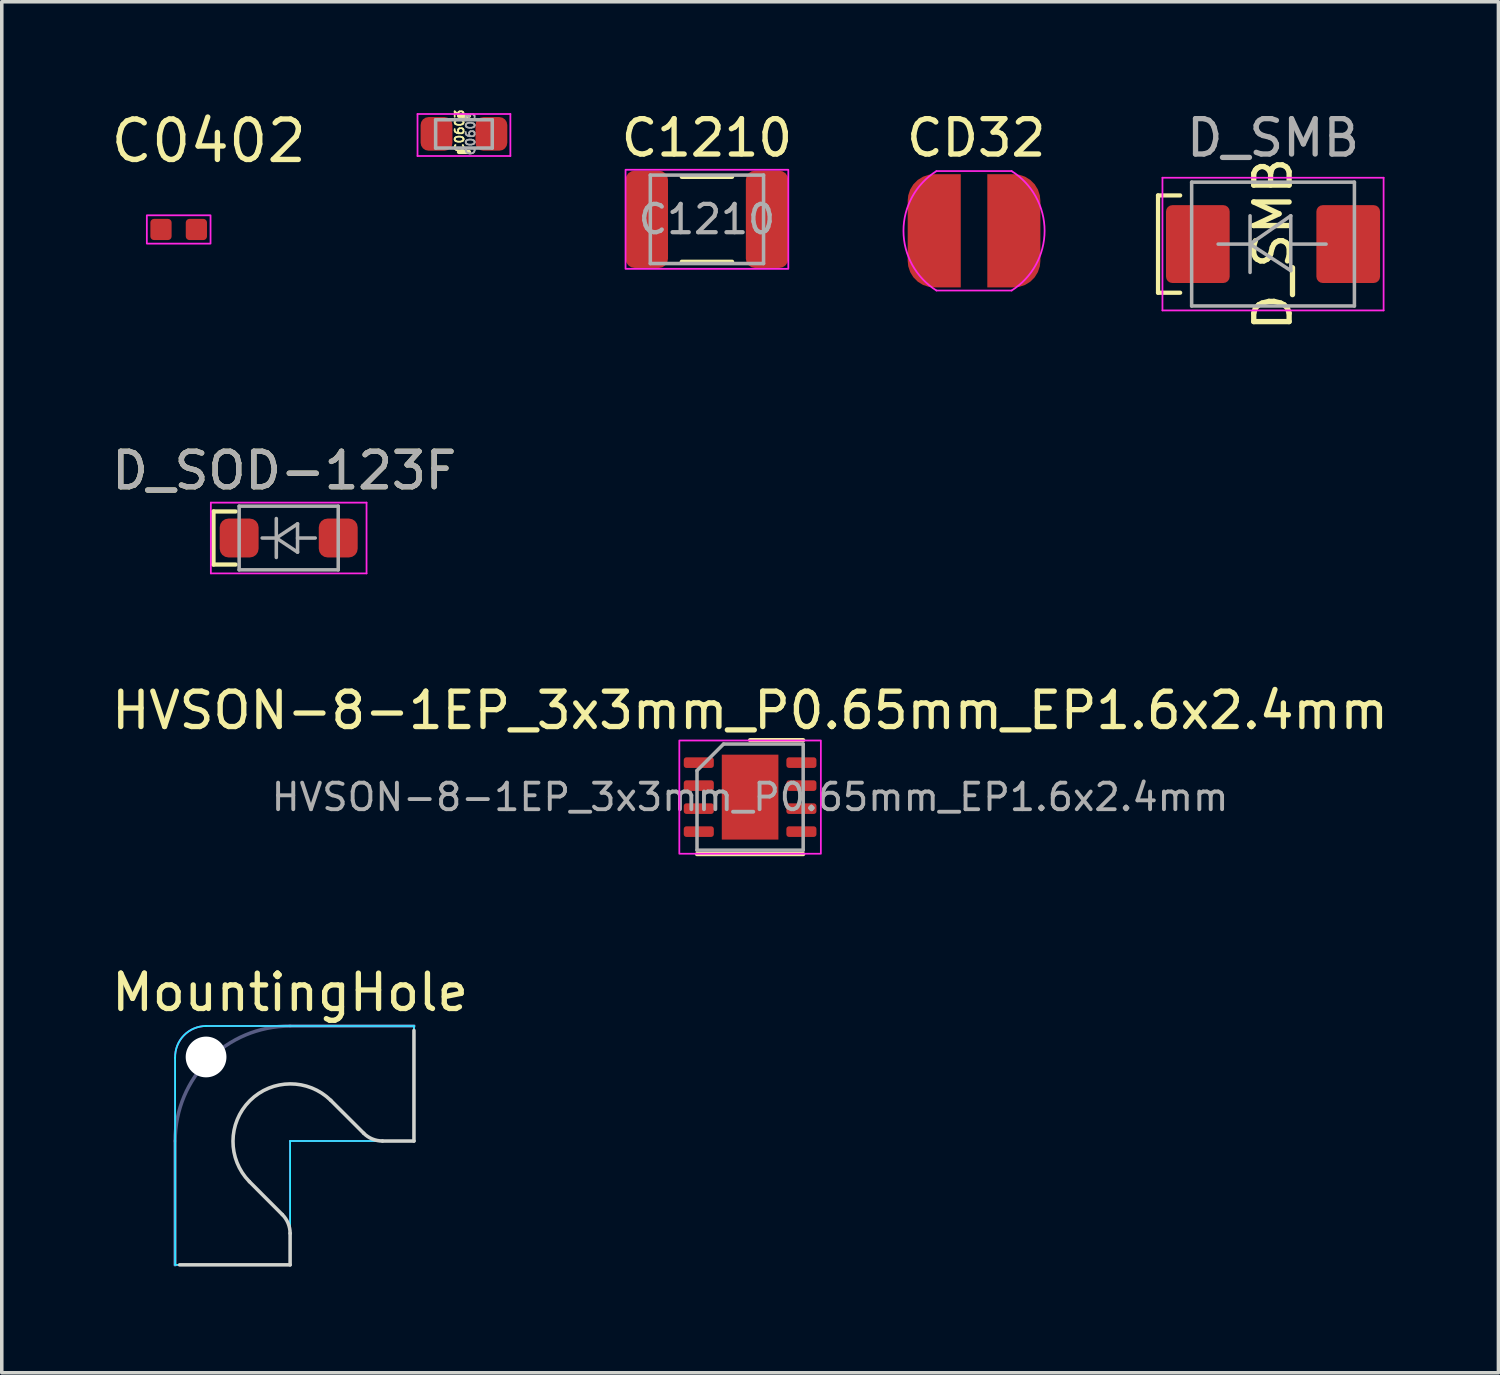
<source format=kicad_pcb>
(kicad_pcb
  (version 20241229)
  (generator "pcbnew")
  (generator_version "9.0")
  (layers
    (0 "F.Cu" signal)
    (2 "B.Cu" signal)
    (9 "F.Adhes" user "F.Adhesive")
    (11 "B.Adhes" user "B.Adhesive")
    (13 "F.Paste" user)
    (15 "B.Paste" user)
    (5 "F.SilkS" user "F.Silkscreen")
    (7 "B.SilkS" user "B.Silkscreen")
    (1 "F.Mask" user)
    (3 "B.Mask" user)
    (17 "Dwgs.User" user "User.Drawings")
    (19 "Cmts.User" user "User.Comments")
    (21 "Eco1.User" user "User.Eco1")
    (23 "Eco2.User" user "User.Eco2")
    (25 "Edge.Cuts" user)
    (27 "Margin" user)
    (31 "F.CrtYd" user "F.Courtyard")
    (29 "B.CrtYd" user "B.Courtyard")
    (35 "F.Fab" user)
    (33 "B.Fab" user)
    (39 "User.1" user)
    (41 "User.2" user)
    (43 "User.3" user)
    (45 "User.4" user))
  (footprint "HVSON-8-1EP_3x3mm_P0.65mm_EP1.6x2.4mm"
    (layer "F.Cu")
    (at 18.149 19.478)
    (property "Reference" "HVSON-8-1EP_3x3mm_P0.65mm_EP1.6x2.4mm" (at 0 -2.45 0) (layer "F.SilkS") (effects (font (size 1 1) (thickness 0.15))))
    (attr smd)
    (fp_line (start -1.5 1.61) (end 1.5 1.61) (stroke (width 0.12) (type solid)) (layer "F.SilkS"))
    (fp_line (start 0 -1.61) (end 1.5 -1.61) (stroke (width 0.12) (type solid)) (layer "F.SilkS"))
    (fp_rect (start -2 -1.6) (end 2 1.6) (stroke (width 0.05) (type default)) (fill no) (layer "F.CrtYd"))
    (fp_line (start -1.5 -0.75) (end -0.75 -1.5) (stroke (width 0.1) (type solid)) (layer "F.Fab"))
    (fp_line (start -1.5 1.5) (end -1.5 -0.75) (stroke (width 0.1) (type solid)) (layer "F.Fab"))
    (fp_line (start -0.75 -1.5) (end 1.5 -1.5) (stroke (width 0.1) (type solid)) (layer "F.Fab"))
    (fp_line (start 1.5 -1.5) (end 1.5 1.5) (stroke (width 0.1) (type solid)) (layer "F.Fab"))
    (fp_line (start 1.5 1.5) (end -1.5 1.5) (stroke (width 0.1) (type solid)) (layer "F.Fab"))
    (fp_text user "${REFERENCE}" (at 0 0 0) (layer "F.Fab") (effects (font (size 0.75 0.75) (thickness 0.11))))
    (pad "" smd roundrect (at -0.4 -0.6) (size 0.64 0.97) (layers "F.Paste") (roundrect_rratio 0.25))
    (pad "" smd roundrect (at -0.4 0.6) (size 0.64 0.97) (layers "F.Paste") (roundrect_rratio 0.25))
    (pad "" smd roundrect (at 0.4 -0.6) (size 0.64 0.97) (layers "F.Paste") (roundrect_rratio 0.25))
    (pad "" smd roundrect (at 0.4 0.6) (size 0.64 0.97) (layers "F.Paste") (roundrect_rratio 0.25))
    (pad "1" smd roundrect (at -1.45 -0.975) (size 0.85 0.3) (layers "F.Cu" "F.Mask" "F.Paste") (roundrect_rratio 0.25))
    (pad "2" smd roundrect (at -1.45 -0.325) (size 0.85 0.3) (layers "F.Cu" "F.Mask" "F.Paste") (roundrect_rratio 0.25))
    (pad "3" smd roundrect (at -1.45 0.325) (size 0.85 0.3) (layers "F.Cu" "F.Mask" "F.Paste") (roundrect_rratio 0.25))
    (pad "4" smd roundrect (at -1.45 0.975) (size 0.85 0.3) (layers "F.Cu" "F.Mask" "F.Paste") (roundrect_rratio 0.25))
    (pad "5" smd roundrect (at 1.45 0.975) (size 0.85 0.3) (layers "F.Cu" "F.Mask" "F.Paste") (roundrect_rratio 0.25))
    (pad "6" smd roundrect (at 1.45 0.325) (size 0.85 0.3) (layers "F.Cu" "F.Mask" "F.Paste") (roundrect_rratio 0.25))
    (pad "7" smd roundrect (at 1.45 -0.325) (size 0.85 0.3) (layers "F.Cu" "F.Mask" "F.Paste") (roundrect_rratio 0.25))
    (pad "8" smd roundrect (at 1.45 -0.975) (size 0.85 0.3) (layers "F.Cu" "F.Mask" "F.Paste") (roundrect_rratio 0.25))
    (pad "9" smd rect (at 0 0) (size 1.6 2.4) (layers "F.Cu" "F.Mask")))
  (footprint "D_SMB"
    (layer "F.Cu")
    (at 32.928 3.848)
    (property "Reference" "D_SMB" (at 0 0 90) (layer "F.SilkS") (effects (font (size 1 1) (thickness 0.15))))
    (attr smd)
    (fp_line (start -3.25 -1.375) (end -2.625 -1.375) (stroke (width 0.12) (type default)) (layer "F.SilkS"))
    (fp_line (start -3.25 1.375) (end -3.25 -1.375) (stroke (width 0.12) (type default)) (layer "F.SilkS"))
    (fp_line (start -3.25 1.375) (end -2.625 1.375) (stroke (width 0.12) (type default)) (layer "F.SilkS"))
    (fp_line (start -3.125 -1.875) (end -3.125 1.875) (stroke (width 0.05) (type solid)) (layer "F.CrtYd"))
    (fp_line (start -3.125 -1.875) (end 3.125 -1.875) (stroke (width 0.05) (type solid)) (layer "F.CrtYd"))
    (fp_line (start 3.125 -1.875) (end 3.125 1.875) (stroke (width 0.05) (type solid)) (layer "F.CrtYd"))
    (fp_line (start 3.125 1.875) (end -3.125 1.875) (stroke (width 0.05) (type solid)) (layer "F.CrtYd"))
    (fp_line (start -2.3 1.75) (end -2.3 -1.75) (stroke (width 0.1) (type solid)) (layer "F.Fab"))
    (fp_line (start -0.649 -0.799) (end -0.649 0.801) (stroke (width 0.1) (type solid)) (layer "F.Fab"))
    (fp_line (start -0.649 0.001) (end -1.551 0.001) (stroke (width 0.1) (type solid)) (layer "F.Fab"))
    (fp_line (start -0.649 0.001) (end 0.501 -0.799) (stroke (width 0.1) (type solid)) (layer "F.Fab"))
    (fp_line (start -0.649 0.001) (end 0.501 0.75) (stroke (width 0.1) (type solid)) (layer "F.Fab"))
    (fp_line (start 0.501 0.001) (end 1.499 0.001) (stroke (width 0.1) (type solid)) (layer "F.Fab"))
    (fp_line (start 0.501 0.75) (end 0.501 -0.799) (stroke (width 0.1) (type solid)) (layer "F.Fab"))
    (fp_line (start 2.3 -1.75) (end -2.3 -1.75) (stroke (width 0.1) (type solid)) (layer "F.Fab"))
    (fp_line (start 2.3 -1.75) (end 2.3 1.75) (stroke (width 0.1) (type solid)) (layer "F.Fab"))
    (fp_line (start 2.3 1.75) (end -2.3 1.75) (stroke (width 0.1) (type solid)) (layer "F.Fab"))
    (fp_text user "${REFERENCE}" (at 0 -3 0) (layer "F.Fab") (effects (font (size 1 1) (thickness 0.15))))
    (pad "1" smd roundrect (at -2.125 0) (size 1.8 2.2) (layers "F.Cu" "F.Mask" "F.Paste") (roundrect_rratio 0.1))
    (pad "2" smd roundrect (at 2.125 0) (size 1.8 2.2) (layers "F.Cu" "F.Mask" "F.Paste") (roundrect_rratio 0.1)))
  (footprint "C0603"
    (layer "F.Cu")
    (at 10.062 0.734)
    (property "Reference" "C0603" (at -0.125 -0.083 90) (unlocked yes) (layer "F.SilkS") (effects (font (size 0.25 0.25) (thickness 0.05) (bold yes))))
    (attr smd)
    (fp_line (start -0.141 -0.51) (end 0.141 -0.51) (stroke (width 0.12) (type solid)) (layer "F.SilkS"))
    (fp_line (start -0.141 0.51) (end 0.141 0.51) (stroke (width 0.12) (type solid)) (layer "F.SilkS"))
    (fp_line (start -1.312 -0.562) (end 1.312 -0.562) (stroke (width 0.05) (type solid)) (layer "F.CrtYd"))
    (fp_line (start -1.312 0.625) (end -1.312 -0.562) (stroke (width 0.05) (type solid)) (layer "F.CrtYd"))
    (fp_line (start 1.312 -0.562) (end 1.312 0.625) (stroke (width 0.05) (type solid)) (layer "F.CrtYd"))
    (fp_line (start 1.312 0.625) (end -1.312 0.625) (stroke (width 0.05) (type solid)) (layer "F.CrtYd"))
    (fp_line (start -0.8 -0.4) (end 0.8 -0.4) (stroke (width 0.1) (type solid)) (layer "F.Fab"))
    (fp_line (start -0.8 0.4) (end -0.8 -0.4) (stroke (width 0.1) (type solid)) (layer "F.Fab"))
    (fp_line (start 0.8 -0.4) (end 0.8 0.4) (stroke (width 0.1) (type solid)) (layer "F.Fab"))
    (fp_line (start 0.8 0.4) (end -0.8 0.4) (stroke (width 0.1) (type solid)) (layer "F.Fab"))
    (fp_text user "${REFERENCE}" (at 0.188 0 90) (layer "F.Fab") (effects (font (size 0.25 0.25) (thickness 0.05) (bold yes))))
    (pad "1" smd roundrect (at -0.775 0) (size 0.9 0.95) (layers "F.Cu" "F.Mask" "F.Paste") (roundrect_rratio 0.25))
    (pad "2" smd roundrect (at 0.775 0) (size 0.9 0.95) (layers "F.Cu" "F.Mask" "F.Paste") (roundrect_rratio 0.25)))
  (footprint "CD32"
    (layer "F.Cu")
    (at 24.478 3.473)
    (property "Reference" "CD32" (at 0.062 -2.625 0) (layer "F.SilkS") (effects (font (size 1 1) (thickness 0.15))))
    (attr smd)
    (fp_line (start -1.062 -1.688) (end 1.062 -1.688) (stroke (width 0.05) (type default)) (layer "F.CrtYd"))
    (fp_line (start -1.062 1.688) (end 1.062 1.688) (stroke (width 0.05) (type default)) (layer "F.CrtYd"))
    (fp_arc (start -1.0625 1.6875) (mid -1.994132 0) (end -1.0625 -1.6875) (stroke (width 0.05) (type default)) (layer "F.CrtYd"))
    (fp_arc (start 1.0625 -1.6875) (mid 1.994132 0) (end 1.0625 1.6875) (stroke (width 0.05) (type default)) (layer "F.CrtYd"))
    (pad "1" smd roundrect (at 1.125 0 90) (size 3.2 1.5) (layers "F.Cu" "F.Mask" "F.Paste") (roundrect_rratio 0.5) (chamfer_ratio 0) (chamfer top_left top_right))
    (pad "2" smd roundrect (at -1.125 0 270) (size 3.2 1.5) (layers "F.Cu" "F.Mask" "F.Paste") (roundrect_rratio 0.5) (chamfer_ratio 0) (chamfer top_left top_right)))
  (footprint "C0402"
    (layer "F.Cu")
    (at 2 3.435)
    (property "Reference" "C0402" (at -2 -2.5 0) (layer "F.SilkS") (effects (font (size 1.143 1.143) (thickness 0.152)) (justify left)))
    (attr smd)
    (fp_rect (start -0.9 -0.4) (end 0.9 0.4) (stroke (width 0.05) (type solid)) (fill no) (layer "F.CrtYd"))
    (pad "1" smd roundrect (at -0.5 0) (size 0.6 0.6) (layers "F.Cu" "F.Mask" "F.Paste") (roundrect_rratio 0.175))
    (pad "2" smd roundrect (at 0.5 0) (size 0.6 0.6) (layers "F.Cu" "F.Mask" "F.Paste") (roundrect_rratio 0.175)))
  (footprint "D_SOD-123F"
    (layer "F.Cu")
    (at 5.109 12.155)
    (property "Reference" "D_SOD-123F" (at -0.127 -1.905 0) (layer "F.SilkS") (effects (font (size 1 1) (thickness 0.15))))
    (attr smd)
    (fp_line (start -2.125 -0.75) (end -2.125 0.75) (stroke (width 0.12) (type solid)) (layer "F.SilkS"))
    (fp_line (start -2.125 -0.75) (end -1.5 -0.75) (stroke (width 0.12) (type solid)) (layer "F.SilkS"))
    (fp_line (start -2.125 0.75) (end -1.5 0.75) (stroke (width 0.12) (type solid)) (layer "F.SilkS"))
    (fp_line (start -2.2 -1) (end -2.2 1) (stroke (width 0.05) (type solid)) (layer "F.CrtYd"))
    (fp_line (start -2.2 -1) (end 2.2 -1) (stroke (width 0.05) (type solid)) (layer "F.CrtYd"))
    (fp_line (start 2.2 -1) (end 2.2 1) (stroke (width 0.05) (type solid)) (layer "F.CrtYd"))
    (fp_line (start 2.2 1) (end -2.2 1) (stroke (width 0.05) (type solid)) (layer "F.CrtYd"))
    (fp_line (start -1.4 -0.9) (end 1.4 -0.9) (stroke (width 0.1) (type solid)) (layer "F.Fab"))
    (fp_line (start -1.4 0.9) (end -1.4 -0.9) (stroke (width 0.1) (type solid)) (layer "F.Fab"))
    (fp_line (start -0.75 0) (end -0.35 0) (stroke (width 0.1) (type solid)) (layer "F.Fab"))
    (fp_line (start -0.35 0) (end -0.35 -0.55) (stroke (width 0.1) (type solid)) (layer "F.Fab"))
    (fp_line (start -0.35 0) (end -0.35 0.55) (stroke (width 0.1) (type solid)) (layer "F.Fab"))
    (fp_line (start -0.35 0) (end 0.25 -0.4) (stroke (width 0.1) (type solid)) (layer "F.Fab"))
    (fp_line (start 0.25 -0.4) (end 0.25 0.4) (stroke (width 0.1) (type solid)) (layer "F.Fab"))
    (fp_line (start 0.25 0) (end 0.75 0) (stroke (width 0.1) (type solid)) (layer "F.Fab"))
    (fp_line (start 0.25 0.4) (end -0.35 0) (stroke (width 0.1) (type solid)) (layer "F.Fab"))
    (fp_line (start 1.4 -0.9) (end 1.4 0.9) (stroke (width 0.1) (type solid)) (layer "F.Fab"))
    (fp_line (start 1.4 0.9) (end -1.4 0.9) (stroke (width 0.1) (type solid)) (layer "F.Fab"))
    (fp_text user "${REFERENCE}" (at -0.127 -1.905 0) (layer "F.Fab") (effects (font (size 1 1) (thickness 0.15))))
    (pad "1" smd roundrect (at -1.4 0) (size 1.1 1.1) (layers "F.Cu" "F.Mask" "F.Paste") (roundrect_rratio 0.227))
    (pad "2" smd roundrect (at 1.4 0) (size 1.1 1.1) (layers "F.Cu" "F.Mask" "F.Paste") (roundrect_rratio 0.227)))
  (footprint "C1210"
    (layer "F.Cu")
    (at 16.929 3.148)
    (property "Reference" "C1210" (at 0 -2.3 0) (layer "F.SilkS") (effects (font (size 1 1) (thickness 0.15))))
    (attr smd)
    (fp_line (start -0.711 -1.2) (end 0.711 -1.2) (stroke (width 0.12) (type solid)) (layer "F.SilkS"))
    (fp_line (start -0.711 1.2) (end 0.711 1.2) (stroke (width 0.12) (type solid)) (layer "F.SilkS"))
    (fp_rect (start -2.3 -1.4) (end 2.3 1.4) (stroke (width 0.05) (type default)) (fill no) (layer "F.CrtYd"))
    (fp_line (start -1.6 -1.25) (end 1.6 -1.25) (stroke (width 0.1) (type solid)) (layer "F.Fab"))
    (fp_line (start -1.6 1.25) (end -1.6 -1.25) (stroke (width 0.1) (type solid)) (layer "F.Fab"))
    (fp_line (start 1.6 -1.25) (end 1.6 1.25) (stroke (width 0.1) (type solid)) (layer "F.Fab"))
    (fp_line (start 1.6 1.25) (end -1.6 1.25) (stroke (width 0.1) (type solid)) (layer "F.Fab"))
    (fp_text user "${REFERENCE}" (at 0 0 0) (layer "F.Fab") (effects (font (size 0.8 0.8) (thickness 0.12))))
    (pad "1" smd roundrect (at -1.7 0) (size 1.2 2.75) (layers "F.Cu" "F.Mask" "F.Paste") (roundrect_rratio 0.217))
    (pad "2" smd roundrect (at 1.7 0) (size 1.2 2.75) (layers "F.Cu" "F.Mask" "F.Paste") (roundrect_rratio 0.217)))
  (footprint "MountingHole"
    (layer "F.Cu")
    (at 5.149 29.197)
    (property "Reference" "MountingHole" (at 0 -4.2 0) (layer "F.SilkS") (effects (font (size 1 1) (thickness 0.15))))
    (attr board_only exclude_from_pos_files exclude_from_bom)
    (fp_poly (pts (xy -3.125 3.5) (xy -3.125 -2.375) (xy -2.375 -3.125) (xy 3.5 -3.125) (xy 3.5 0) (xy 0 0) (xy 0 3.5)) (stroke (width 0) (type solid)) (fill yes) (layer "F.Mask"))
    (fp_poly (pts (xy -3.125 3.5) (xy -3.125 -2.375) (xy -2.375 -3.125) (xy 3.5 -3.125) (xy 3.5 0) (xy 0 0) (xy 0 3.5)) (stroke (width 0) (type solid)) (fill yes) (layer "B.Mask"))
    (fp_line (start -1.149 1.149) (end -0.22 2.08) (stroke (width 0.1) (type default)) (layer "Edge.Cuts"))
    (fp_line (start 0 2.61) (end 0 3.5) (stroke (width 0.1) (type default)) (layer "Edge.Cuts"))
    (fp_line (start 0 3.5) (end -3.125 3.5) (stroke (width 0.1) (type default)) (layer "Edge.Cuts"))
    (fp_line (start 1.149 -1.149) (end 2.08 -0.22) (stroke (width 0.1) (type default)) (layer "Edge.Cuts"))
    (fp_line (start 2.61 0) (end 3.5 0) (stroke (width 0.1) (type default)) (layer "Edge.Cuts"))
    (fp_line (start 3.5 0) (end 3.5 -3.125) (stroke (width 0.1) (type default)) (layer "Edge.Cuts"))
    (fp_arc (start -1.149049 1.149049) (mid -1.149049 -1.149049) (end 1.149049 -1.149049) (stroke (width 0.1) (type default)) (layer "Edge.Cuts"))
    (fp_arc (start -0.219671 2.07967) (mid -0.05709 2.322986) (end 0 2.61) (stroke (width 0.1) (type default)) (layer "Edge.Cuts"))
    (fp_arc (start 2.61 0) (mid 2.322985 -0.057088) (end 2.07967 -0.219671) (stroke (width 0.1) (type default)) (layer "Edge.Cuts"))
    (fp_line (start -3.25 3.5) (end -3.25 -2.35) (stroke (width 0.05) (type default)) (layer "B.CrtYd"))
    (fp_line (start -3.25 3.5) (end 0 3.5) (stroke (width 0.05) (type default)) (layer "B.CrtYd"))
    (fp_line (start 0 0) (end 3.5 0) (stroke (width 0.05) (type default)) (layer "B.CrtYd"))
    (fp_line (start 0 3.5) (end 0 0) (stroke (width 0.05) (type default)) (layer "B.CrtYd"))
    (fp_line (start 3.5 -3.25) (end -2.375 -3.25) (stroke (width 0.05) (type default)) (layer "B.CrtYd"))
    (fp_line (start 3.5 0) (end 3.5 -3.25) (stroke (width 0.05) (type default)) (layer "B.CrtYd"))
    (fp_arc (start -3.249643 -2.35001) (mid -3.002491 -2.984819) (end -2.375 -3.25) (stroke (width 0.05) (type default)) (layer "B.CrtYd"))
    (fp_line (start -3.25 3.5) (end -3.25 -2.35) (stroke (width 0.05) (type default)) (layer "F.CrtYd"))
    (fp_line (start -3.25 3.5) (end 0 3.5) (stroke (width 0.05) (type default)) (layer "F.CrtYd"))
    (fp_line (start 0 0) (end 3.5 0) (stroke (width 0.05) (type default)) (layer "F.CrtYd"))
    (fp_line (start 0 3.5) (end 0 0) (stroke (width 0.05) (type default)) (layer "F.CrtYd"))
    (fp_line (start 3.5 -3.25) (end -2.375 -3.25) (stroke (width 0.05) (type default)) (layer "F.CrtYd"))
    (fp_line (start 3.5 0) (end 3.5 -3.25) (stroke (width 0.05) (type default)) (layer "F.CrtYd"))
    (fp_arc (start -3.249643 -2.35001) (mid -3.002491 -2.984819) (end -2.375 -3.25) (stroke (width 0.05) (type default)) (layer "F.CrtYd"))
    (fp_line (start -3.25 3.5) (end -3.25 0) (stroke (width 0.1) (type default)) (layer "B.Fab"))
    (fp_line (start 0 -3.25) (end 3.5 -3.25) (stroke (width 0.1) (type default)) (layer "B.Fab"))
    (fp_arc (start -3.25 0) (mid -2.298097 -2.298097) (end 0 -3.25) (stroke (width 0.1) (type default)) (layer "B.Fab"))
    (pad "" np_thru_hole circle (at -2.375 -2.375) (size 1.152 1.152) (drill 1.152) (layers "*.Cu" "*.Mask"))
    (zone (net_name "") (layers "F.Cu" "F.Mask" "B.Cu" "B.Mask" "F.SilkS" "B.SilkS" "F.Adhes" "B.Adhes" "F.Paste" "B.Paste") (hatch edge 0.5) (connect_pads) (min_thickness 0.25) (filled_areas_thickness no) (keepout (tracks not_allowed) (vias not_allowed) (pads not_allowed) (copperpour not_allowed) (footprints allowed)) (placement (enabled no)) (fill) (polygon (pts (xy 5.149 32.697) (xy 5.149 29.197) (xy 8.649 29.197) (xy 8.649 25.947) (xy 2.774 25.947) (xy 2.774 26.072) (xy 3.399 26.447) (xy 3.399 26.822) (xy 3.274 27.322) (xy 2.691 27.447) (xy 2.399 27.447) (xy 2.024 26.822) (xy 1.899 26.822) (xy 1.899 32.697)))))
  (gr_rect
    (start -3 -3)
    (end 39.298 35.747)
    (stroke (width 0.1) (type default))
    (fill no)
    (layer "Edge.Cuts")))
</source>
